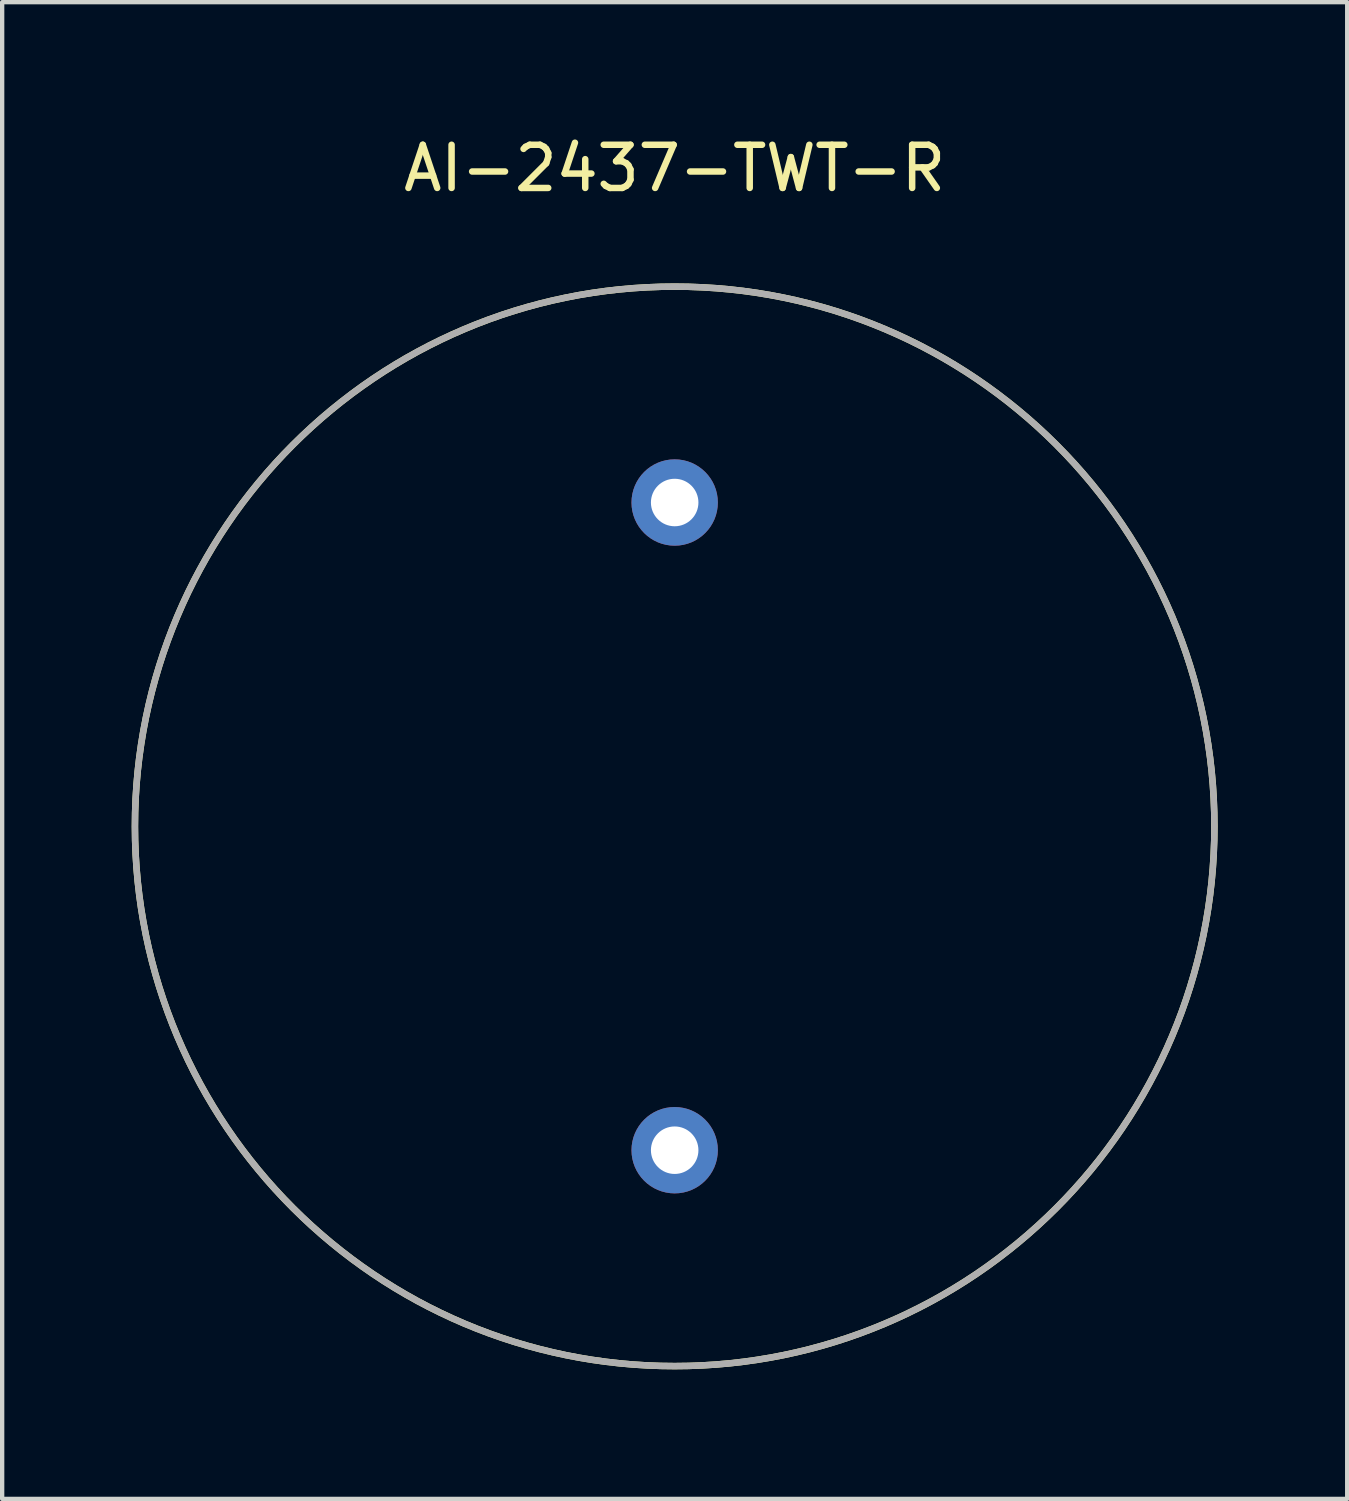
<source format=kicad_pcb>
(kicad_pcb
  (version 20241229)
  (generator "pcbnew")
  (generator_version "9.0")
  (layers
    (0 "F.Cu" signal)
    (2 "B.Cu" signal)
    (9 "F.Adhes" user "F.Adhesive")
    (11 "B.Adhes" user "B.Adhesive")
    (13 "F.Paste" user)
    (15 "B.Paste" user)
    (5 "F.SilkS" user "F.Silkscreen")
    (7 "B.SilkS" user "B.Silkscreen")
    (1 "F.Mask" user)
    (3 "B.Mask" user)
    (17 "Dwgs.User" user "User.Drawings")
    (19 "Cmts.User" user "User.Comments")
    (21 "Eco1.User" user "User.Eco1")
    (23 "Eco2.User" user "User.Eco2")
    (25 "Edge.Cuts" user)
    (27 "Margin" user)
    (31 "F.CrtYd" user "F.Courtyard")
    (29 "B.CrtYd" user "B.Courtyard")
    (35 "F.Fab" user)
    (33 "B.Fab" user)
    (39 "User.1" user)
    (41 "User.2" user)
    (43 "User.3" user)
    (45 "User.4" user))
  (footprint "AI-2437-TWT-R"
    (layer "F.Cu")
    (at 12.575 16.088)
    (property "Reference" "AI-2437-TWT-R" (at 0 -15.24 0) (layer "F.SilkS") (effects (font (size 1 1) (thickness 0.15))))
    (attr through_hole)
    (fp_circle (center 0 0) (end 12.5 0) (stroke (width 0.15) (type solid)) (fill no) (layer "F.SilkS"))
    (fp_circle (center 0 0) (end 12.5 0) (stroke (width 0.15) (type solid)) (fill no) (layer "F.Fab"))
    (pad "1" thru_hole circle (at 0 7.5) (size 2 2) (drill 1.1) (layers "*.Cu" "*.Mask"))
    (pad "2" thru_hole circle (at 0 -7.5) (size 2 2) (drill 1.1) (layers "*.Cu" "*.Mask")))
  (gr_rect
    (start -3 -3)
    (end 28.15 31.663)
    (stroke (width 0.1) (type default))
    (fill no)
    (layer "Edge.Cuts")))
</source>
